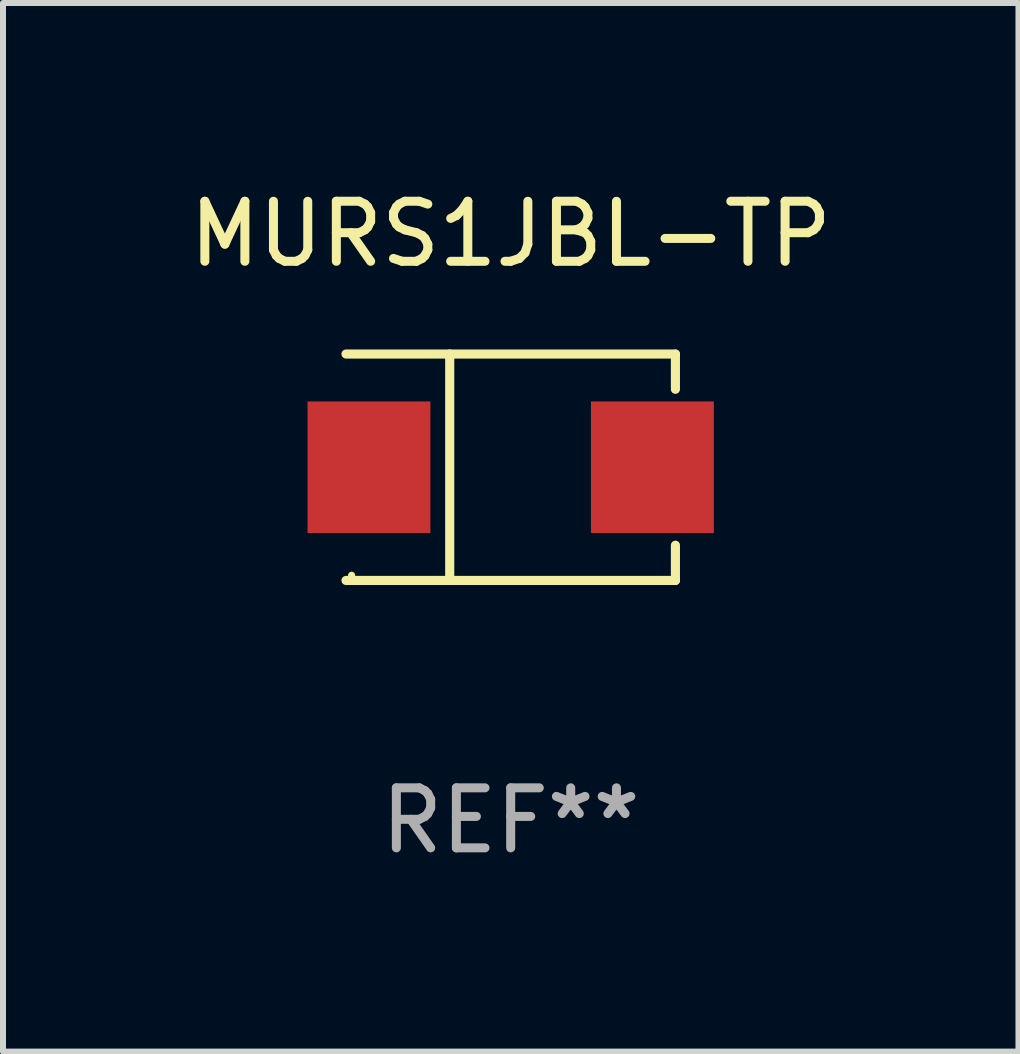
<source format=kicad_pcb>
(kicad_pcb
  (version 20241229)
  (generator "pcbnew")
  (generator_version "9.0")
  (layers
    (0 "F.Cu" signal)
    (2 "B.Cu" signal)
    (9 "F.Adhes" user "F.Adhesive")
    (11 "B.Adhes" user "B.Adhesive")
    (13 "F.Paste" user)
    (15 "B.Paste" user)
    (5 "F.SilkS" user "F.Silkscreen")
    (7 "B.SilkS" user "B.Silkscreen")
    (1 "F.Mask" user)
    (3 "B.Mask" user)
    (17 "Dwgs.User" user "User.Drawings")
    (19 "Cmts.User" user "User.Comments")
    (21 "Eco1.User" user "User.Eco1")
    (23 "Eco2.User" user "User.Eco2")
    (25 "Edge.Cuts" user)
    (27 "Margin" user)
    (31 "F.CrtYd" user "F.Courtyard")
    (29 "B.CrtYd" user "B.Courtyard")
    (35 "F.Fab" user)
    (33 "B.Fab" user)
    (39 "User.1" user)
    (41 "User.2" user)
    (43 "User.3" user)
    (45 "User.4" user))
  (footprint "MURS1JBL-TP"
    (layer "F.Cu")
    (at 5.458 4.734)
    (property "Reference" "MURS1JBL-TP" (at 0 -3.886 0) (layer "F.SilkS") (effects (font (size 1 1) (thickness 0.15))))
    (attr through_hole)
    (fp_line (start -2.744 -1.886) (end 2.744 -1.886) (stroke (width 0.152) (type solid)) (layer "F.SilkS"))
    (fp_line (start -2.744 1.886) (end 2.744 1.886) (stroke (width 0.152) (type solid)) (layer "F.SilkS"))
    (fp_line (start -1.016 -1.886) (end -1.016 1.886) (stroke (width 0.152) (type solid)) (layer "F.SilkS"))
    (fp_line (start 2.744 -1.886) (end 2.744 -1.299) (stroke (width 0.152) (type solid)) (layer "F.SilkS"))
    (fp_line (start 2.744 1.886) (end 2.744 1.299) (stroke (width 0.152) (type solid)) (layer "F.SilkS"))
    (fp_circle (center -2.65 1.8) (end -2.62 1.8) (stroke (width 0.06) (type solid)) (fill no) (layer "F.SilkS"))
    (fp_text user "REF**" (at 0 5.886 0) (layer "F.Fab") (effects (font (size 1 1) (thickness 0.15))))
    (pad "1" smd rect (at -2.361 0) (size 2.047 2.192) (layers "F.Cu" "F.Mask" "F.Paste"))
    (pad "2" smd rect (at 2.361 0) (size 2.047 2.192) (layers "F.Cu" "F.Mask" "F.Paste")))
  (gr_rect
    (start -3 -3)
    (end 13.917 14.469)
    (stroke (width 0.1) (type default))
    (fill no)
    (layer "Edge.Cuts")))
</source>
